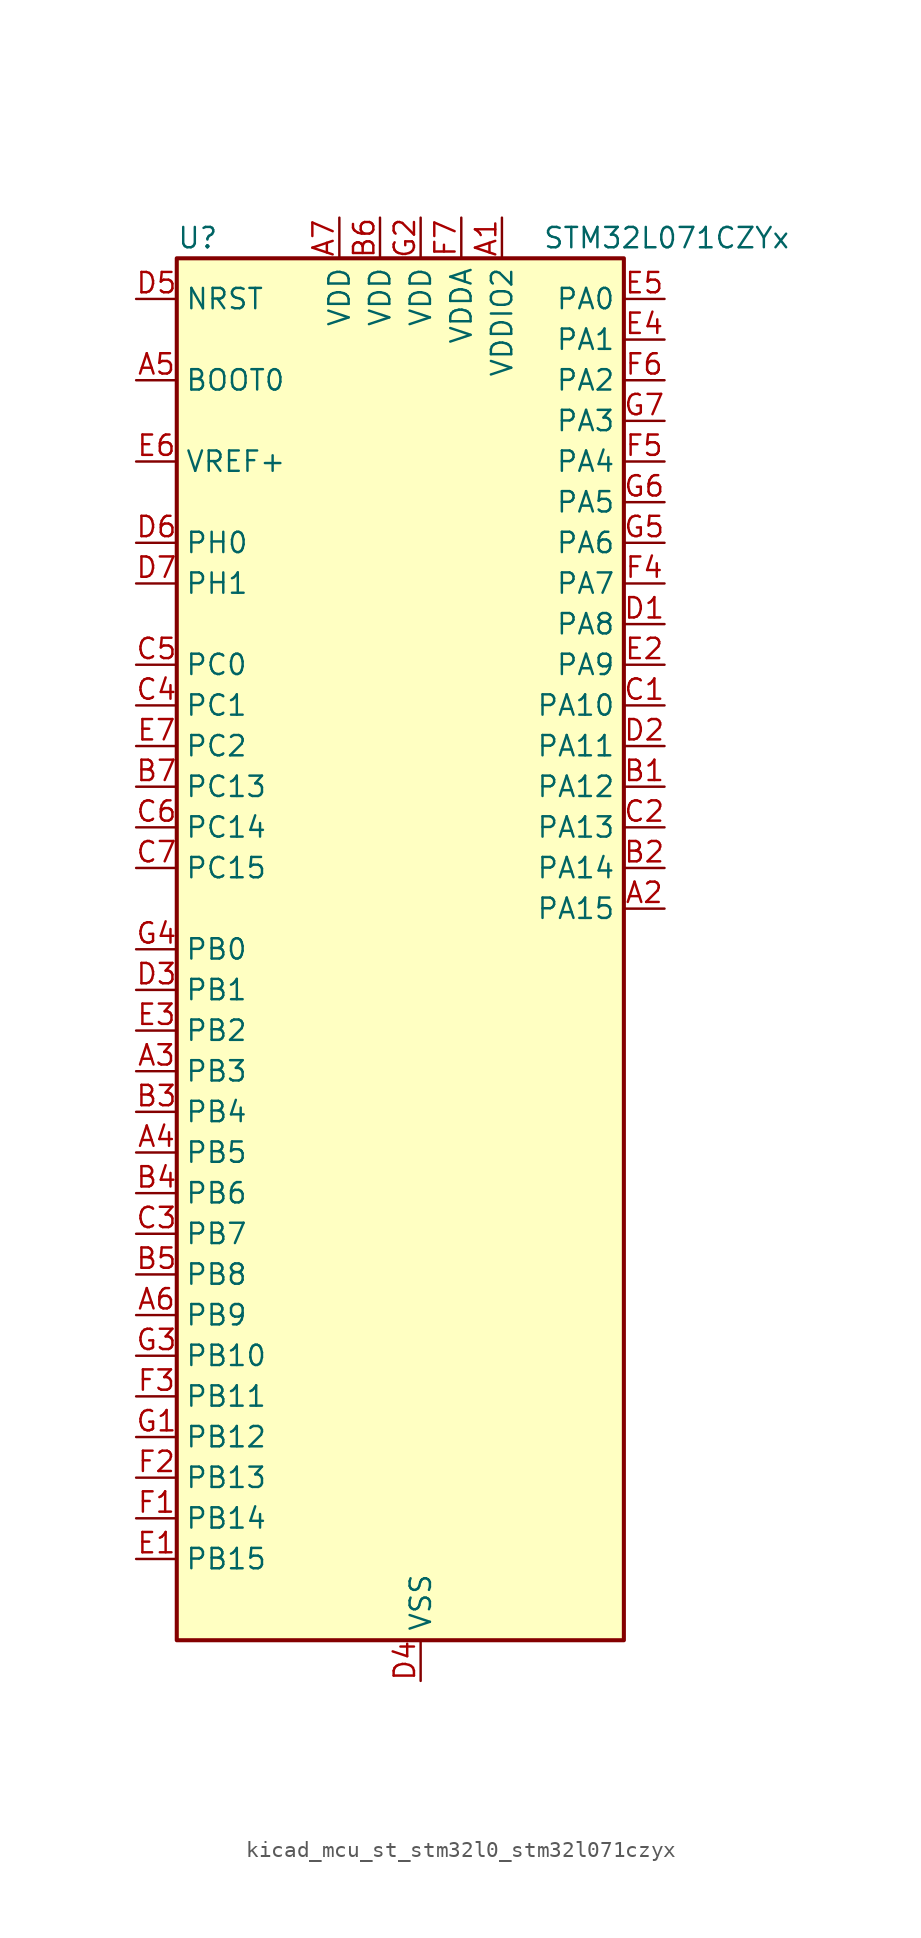
<source format=kicad_sym>
(kicad_symbol_lib
  (version 20220914)
  (generator kicad_symbol_editor)
  (symbol "kicad_mcu_st_stm32l0_stm32l071czyx"
    (property "Reference" "U"
      (at -12.7 44.45 0)
      (effects (font (size 1.27 1.27)) (justify left)))
    (property "Value" "STM32L071CZYx"
      (at 10.16 44.45 0)
      (effects (font (size 1.27 1.27)) (justify left)))
    (property "ki_locked" ""
      (at 0 0 0)
      (effects (font (size 1.27 1.27))))
    (symbol "kicad_mcu_st_stm32l0_stm32l071czyx_0_1"
      (rectangle (start -12.7 -43.18) (end 15.24 43.18) (stroke (width 0.254) (type default)) (fill (type background))))
    (symbol "kicad_mcu_st_stm32l0_stm32l071czyx_1_1"
      (pin power_in line (at 7.62 45.72 270) (length 2.54) (name "VDDIO2" (effects (font (size 1.27 1.27)))) (number "A1" (effects (font (size 1.27 1.27)))))
      (pin bidirectional line (at 17.78 2.54 180) (length 2.54) (name "PA15" (effects (font (size 1.27 1.27)))) (number "A2" (effects (font (size 1.27 1.27)))) (alternate "SPI1_NSS" bidirectional line) (alternate "TIM2_CH1" bidirectional line) (alternate "TIM2_ETR" bidirectional line) (alternate "USART2_RX" bidirectional line) (alternate "USART4_DE" bidirectional line) (alternate "USART4_RTS" bidirectional line))
      (pin bidirectional line (at -15.24 -7.62 0) (length 2.54) (name "PB3" (effects (font (size 1.27 1.27)))) (number "A3" (effects (font (size 1.27 1.27)))) (alternate "COMP2_INM" bidirectional line) (alternate "SPI1_SCK" bidirectional line) (alternate "TIM2_CH2" bidirectional line) (alternate "USART1_DE" bidirectional line) (alternate "USART1_RTS" bidirectional line) (alternate "USART5_TX" bidirectional line))
      (pin bidirectional line (at -15.24 -12.7 0) (length 2.54) (name "PB5" (effects (font (size 1.27 1.27)))) (number "A4" (effects (font (size 1.27 1.27)))) (alternate "COMP2_INP" bidirectional line) (alternate "I2C1_SMBA" bidirectional line) (alternate "LPTIM1_IN1" bidirectional line) (alternate "SPI1_MOSI" bidirectional line) (alternate "TIM22_CH2" bidirectional line) (alternate "TIM3_CH2" bidirectional line) (alternate "USART1_CK" bidirectional line) (alternate "USART5_CK" bidirectional line) (alternate "USART5_DE" bidirectional line) (alternate "USART5_RTS" bidirectional line))
      (pin input line (at -15.24 35.56 0) (length 2.54) (name "BOOT0" (effects (font (size 1.27 1.27)))) (number "A5" (effects (font (size 1.27 1.27)))))
      (pin bidirectional line (at -15.24 -22.86 0) (length 2.54) (name "PB9" (effects (font (size 1.27 1.27)))) (number "A6" (effects (font (size 1.27 1.27)))) (alternate "I2C1_SDA" bidirectional line) (alternate "I2S2_WS" bidirectional line) (alternate "SPI2_NSS" bidirectional line))
      (pin power_in line (at -2.54 45.72 270) (length 2.54) (name "VDD" (effects (font (size 1.27 1.27)))) (number "A7" (effects (font (size 1.27 1.27)))))
      (pin bidirectional line (at 17.78 10.16 180) (length 2.54) (name "PA12" (effects (font (size 1.27 1.27)))) (number "B1" (effects (font (size 1.27 1.27)))) (alternate "COMP2_OUT" bidirectional line) (alternate "SPI1_MOSI" bidirectional line) (alternate "USART1_DE" bidirectional line) (alternate "USART1_RTS" bidirectional line))
      (pin bidirectional line (at 17.78 5.08 180) (length 2.54) (name "PA14" (effects (font (size 1.27 1.27)))) (number "B2" (effects (font (size 1.27 1.27)))) (alternate "LPUART1_TX" bidirectional line) (alternate "SYS_SWCLK" bidirectional line) (alternate "USART2_TX" bidirectional line))
      (pin bidirectional line (at -15.24 -10.16 0) (length 2.54) (name "PB4" (effects (font (size 1.27 1.27)))) (number "B3" (effects (font (size 1.27 1.27)))) (alternate "COMP2_INP" bidirectional line) (alternate "I2C3_SDA" bidirectional line) (alternate "SPI1_MISO" bidirectional line) (alternate "TIM22_CH1" bidirectional line) (alternate "TIM3_CH1" bidirectional line) (alternate "USART1_CTS" bidirectional line) (alternate "USART5_RX" bidirectional line))
      (pin bidirectional line (at -15.24 -15.24 0) (length 2.54) (name "PB6" (effects (font (size 1.27 1.27)))) (number "B4" (effects (font (size 1.27 1.27)))) (alternate "COMP2_INP" bidirectional line) (alternate "I2C1_SCL" bidirectional line) (alternate "LPTIM1_ETR" bidirectional line) (alternate "USART1_TX" bidirectional line))
      (pin bidirectional line (at -15.24 -20.32 0) (length 2.54) (name "PB8" (effects (font (size 1.27 1.27)))) (number "B5" (effects (font (size 1.27 1.27)))) (alternate "I2C1_SCL" bidirectional line))
      (pin power_in line (at 0 45.72 270) (length 2.54) (name "VDD" (effects (font (size 1.27 1.27)))) (number "B6" (effects (font (size 1.27 1.27)))))
      (pin bidirectional line (at -15.24 10.16 0) (length 2.54) (name "PC13" (effects (font (size 1.27 1.27)))) (number "B7" (effects (font (size 1.27 1.27)))) (alternate "RTC_OUT_ALARM" bidirectional line) (alternate "RTC_OUT_CALIB" bidirectional line) (alternate "RTC_TAMP1" bidirectional line) (alternate "RTC_TS" bidirectional line) (alternate "SYS_WKUP2" bidirectional line))
      (pin bidirectional line (at 17.78 15.24 180) (length 2.54) (name "PA10" (effects (font (size 1.27 1.27)))) (number "C1" (effects (font (size 1.27 1.27)))) (alternate "I2C1_SDA" bidirectional line) (alternate "USART1_RX" bidirectional line))
      (pin bidirectional line (at 17.78 7.62 180) (length 2.54) (name "PA13" (effects (font (size 1.27 1.27)))) (number "C2" (effects (font (size 1.27 1.27)))) (alternate "LPUART1_RX" bidirectional line) (alternate "SYS_SWDIO" bidirectional line))
      (pin bidirectional line (at -15.24 -17.78 0) (length 2.54) (name "PB7" (effects (font (size 1.27 1.27)))) (number "C3" (effects (font (size 1.27 1.27)))) (alternate "COMP2_INP" bidirectional line) (alternate "I2C1_SDA" bidirectional line) (alternate "LPTIM1_IN2" bidirectional line) (alternate "SYS_PVD_IN" bidirectional line) (alternate "USART1_RX" bidirectional line) (alternate "USART4_CTS" bidirectional line))
      (pin bidirectional line (at -15.24 15.24 0) (length 2.54) (name "PC1" (effects (font (size 1.27 1.27)))) (number "C4" (effects (font (size 1.27 1.27)))) (alternate "ADC_IN11" bidirectional line) (alternate "I2C3_SDA" bidirectional line) (alternate "LPTIM1_OUT" bidirectional line) (alternate "LPUART1_TX" bidirectional line))
      (pin bidirectional line (at -15.24 17.78 0) (length 2.54) (name "PC0" (effects (font (size 1.27 1.27)))) (number "C5" (effects (font (size 1.27 1.27)))) (alternate "ADC_IN10" bidirectional line) (alternate "I2C3_SCL" bidirectional line) (alternate "LPTIM1_IN1" bidirectional line) (alternate "LPUART1_RX" bidirectional line))
      (pin bidirectional line (at -15.24 7.62 0) (length 2.54) (name "PC14" (effects (font (size 1.27 1.27)))) (number "C6" (effects (font (size 1.27 1.27)))) (alternate "RCC_OSC32_IN" bidirectional line))
      (pin bidirectional line (at -15.24 5.08 0) (length 2.54) (name "PC15" (effects (font (size 1.27 1.27)))) (number "C7" (effects (font (size 1.27 1.27)))) (alternate "RCC_OSC32_OUT" bidirectional line))
      (pin bidirectional line (at 17.78 20.32 180) (length 2.54) (name "PA8" (effects (font (size 1.27 1.27)))) (number "D1" (effects (font (size 1.27 1.27)))) (alternate "I2C3_SCL" bidirectional line) (alternate "RCC_MCO" bidirectional line) (alternate "USART1_CK" bidirectional line))
      (pin bidirectional line (at 17.78 12.7 180) (length 2.54) (name "PA11" (effects (font (size 1.27 1.27)))) (number "D2" (effects (font (size 1.27 1.27)))) (alternate "ADC_EXTI11" bidirectional line) (alternate "COMP1_OUT" bidirectional line) (alternate "SPI1_MISO" bidirectional line) (alternate "USART1_CTS" bidirectional line))
      (pin bidirectional line (at -15.24 -2.54 0) (length 2.54) (name "PB1" (effects (font (size 1.27 1.27)))) (number "D3" (effects (font (size 1.27 1.27)))) (alternate "ADC_IN9" bidirectional line) (alternate "LPUART1_DE" bidirectional line) (alternate "LPUART1_RTS" bidirectional line) (alternate "SYS_VREF_OUT_PB1" bidirectional line) (alternate "TIM3_CH4" bidirectional line))
      (pin power_in line (at 2.54 -45.72 90) (length 2.54) (name "VSS" (effects (font (size 1.27 1.27)))) (number "D4" (effects (font (size 1.27 1.27)))))
      (pin input line (at -15.24 40.64 0) (length 2.54) (name "NRST" (effects (font (size 1.27 1.27)))) (number "D5" (effects (font (size 1.27 1.27)))))
      (pin bidirectional line (at -15.24 25.4 0) (length 2.54) (name "PH0" (effects (font (size 1.27 1.27)))) (number "D6" (effects (font (size 1.27 1.27)))) (alternate "RCC_OSC_IN" bidirectional line))
      (pin bidirectional line (at -15.24 22.86 0) (length 2.54) (name "PH1" (effects (font (size 1.27 1.27)))) (number "D7" (effects (font (size 1.27 1.27)))) (alternate "RCC_OSC_OUT" bidirectional line))
      (pin bidirectional line (at -15.24 -38.1 0) (length 2.54) (name "PB15" (effects (font (size 1.27 1.27)))) (number "E1" (effects (font (size 1.27 1.27)))) (alternate "I2S2_SD" bidirectional line) (alternate "RTC_REFIN" bidirectional line) (alternate "SPI2_MOSI" bidirectional line))
      (pin bidirectional line (at 17.78 17.78 180) (length 2.54) (name "PA9" (effects (font (size 1.27 1.27)))) (number "E2" (effects (font (size 1.27 1.27)))) (alternate "I2C1_SCL" bidirectional line) (alternate "I2C3_SMBA" bidirectional line) (alternate "RCC_MCO" bidirectional line) (alternate "USART1_TX" bidirectional line))
      (pin bidirectional line (at -15.24 -5.08 0) (length 2.54) (name "PB2" (effects (font (size 1.27 1.27)))) (number "E3" (effects (font (size 1.27 1.27)))) (alternate "I2C3_SMBA" bidirectional line) (alternate "LPTIM1_OUT" bidirectional line))
      (pin bidirectional line (at 17.78 38.1 180) (length 2.54) (name "PA1" (effects (font (size 1.27 1.27)))) (number "E4" (effects (font (size 1.27 1.27)))) (alternate "ADC_IN1" bidirectional line) (alternate "COMP1_INP" bidirectional line) (alternate "TIM21_ETR" bidirectional line) (alternate "TIM2_CH2" bidirectional line) (alternate "USART2_DE" bidirectional line) (alternate "USART2_RTS" bidirectional line) (alternate "USART4_RX" bidirectional line))
      (pin bidirectional line (at 17.78 40.64 180) (length 2.54) (name "PA0" (effects (font (size 1.27 1.27)))) (number "E5" (effects (font (size 1.27 1.27)))) (alternate "ADC_IN0" bidirectional line) (alternate "COMP1_INM" bidirectional line) (alternate "COMP1_OUT" bidirectional line) (alternate "RTC_TAMP2" bidirectional line) (alternate "SYS_WKUP1" bidirectional line) (alternate "TIM2_CH1" bidirectional line) (alternate "TIM2_ETR" bidirectional line) (alternate "USART2_CTS" bidirectional line) (alternate "USART4_TX" bidirectional line))
      (pin input line (at -15.24 30.48 0) (length 2.54) (name "VREF+" (effects (font (size 1.27 1.27)))) (number "E6" (effects (font (size 1.27 1.27)))))
      (pin bidirectional line (at -15.24 12.7 0) (length 2.54) (name "PC2" (effects (font (size 1.27 1.27)))) (number "E7" (effects (font (size 1.27 1.27)))) (alternate "ADC_IN12" bidirectional line) (alternate "I2S2_MCK" bidirectional line) (alternate "LPTIM1_IN2" bidirectional line) (alternate "SPI2_MISO" bidirectional line))
      (pin bidirectional line (at -15.24 -35.56 0) (length 2.54) (name "PB14" (effects (font (size 1.27 1.27)))) (number "F1" (effects (font (size 1.27 1.27)))) (alternate "I2C2_SDA" bidirectional line) (alternate "I2S2_MCK" bidirectional line) (alternate "LPUART1_DE" bidirectional line) (alternate "LPUART1_RTS" bidirectional line) (alternate "RTC_OUT_ALARM" bidirectional line) (alternate "RTC_OUT_CALIB" bidirectional line) (alternate "SPI2_MISO" bidirectional line) (alternate "TIM21_CH2" bidirectional line))
      (pin bidirectional line (at -15.24 -33.02 0) (length 2.54) (name "PB13" (effects (font (size 1.27 1.27)))) (number "F2" (effects (font (size 1.27 1.27)))) (alternate "I2C2_SCL" bidirectional line) (alternate "I2S2_CK" bidirectional line) (alternate "LPUART1_CTS" bidirectional line) (alternate "RCC_MCO" bidirectional line) (alternate "SPI2_SCK" bidirectional line) (alternate "TIM21_CH1" bidirectional line))
      (pin bidirectional line (at -15.24 -27.94 0) (length 2.54) (name "PB11" (effects (font (size 1.27 1.27)))) (number "F3" (effects (font (size 1.27 1.27)))) (alternate "ADC_EXTI11" bidirectional line) (alternate "I2C2_SDA" bidirectional line) (alternate "LPUART1_RX" bidirectional line) (alternate "LPUART1_TX" bidirectional line) (alternate "TIM2_CH4" bidirectional line))
      (pin bidirectional line (at 17.78 22.86 180) (length 2.54) (name "PA7" (effects (font (size 1.27 1.27)))) (number "F4" (effects (font (size 1.27 1.27)))) (alternate "ADC_IN7" bidirectional line) (alternate "COMP2_OUT" bidirectional line) (alternate "SPI1_MOSI" bidirectional line) (alternate "TIM22_CH2" bidirectional line) (alternate "TIM3_CH2" bidirectional line))
      (pin bidirectional line (at 17.78 30.48 180) (length 2.54) (name "PA4" (effects (font (size 1.27 1.27)))) (number "F5" (effects (font (size 1.27 1.27)))) (alternate "ADC_IN4" bidirectional line) (alternate "COMP1_INM" bidirectional line) (alternate "COMP2_INM" bidirectional line) (alternate "SPI1_NSS" bidirectional line) (alternate "TIM22_ETR" bidirectional line) (alternate "USART2_CK" bidirectional line))
      (pin bidirectional line (at 17.78 35.56 180) (length 2.54) (name "PA2" (effects (font (size 1.27 1.27)))) (number "F6" (effects (font (size 1.27 1.27)))) (alternate "ADC_IN2" bidirectional line) (alternate "COMP2_INM" bidirectional line) (alternate "COMP2_OUT" bidirectional line) (alternate "LPUART1_TX" bidirectional line) (alternate "TIM21_CH1" bidirectional line) (alternate "TIM2_CH3" bidirectional line) (alternate "USART2_TX" bidirectional line))
      (pin power_in line (at 5.08 45.72 270) (length 2.54) (name "VDDA" (effects (font (size 1.27 1.27)))) (number "F7" (effects (font (size 1.27 1.27)))))
      (pin bidirectional line (at -15.24 -30.48 0) (length 2.54) (name "PB12" (effects (font (size 1.27 1.27)))) (number "G1" (effects (font (size 1.27 1.27)))) (alternate "I2S2_WS" bidirectional line) (alternate "LPUART1_DE" bidirectional line) (alternate "LPUART1_RTS" bidirectional line) (alternate "SPI2_NSS" bidirectional line))
      (pin power_in line (at 2.54 45.72 270) (length 2.54) (name "VDD" (effects (font (size 1.27 1.27)))) (number "G2" (effects (font (size 1.27 1.27)))))
      (pin bidirectional line (at -15.24 -25.4 0) (length 2.54) (name "PB10" (effects (font (size 1.27 1.27)))) (number "G3" (effects (font (size 1.27 1.27)))) (alternate "I2C2_SCL" bidirectional line) (alternate "LPUART1_RX" bidirectional line) (alternate "LPUART1_TX" bidirectional line) (alternate "SPI2_SCK" bidirectional line) (alternate "TIM2_CH3" bidirectional line))
      (pin bidirectional line (at -15.24 0 0) (length 2.54) (name "PB0" (effects (font (size 1.27 1.27)))) (number "G4" (effects (font (size 1.27 1.27)))) (alternate "ADC_IN8" bidirectional line) (alternate "SYS_VREF_OUT_PB0" bidirectional line) (alternate "TIM3_CH3" bidirectional line))
      (pin bidirectional line (at 17.78 25.4 180) (length 2.54) (name "PA6" (effects (font (size 1.27 1.27)))) (number "G5" (effects (font (size 1.27 1.27)))) (alternate "ADC_IN6" bidirectional line) (alternate "COMP1_OUT" bidirectional line) (alternate "LPUART1_CTS" bidirectional line) (alternate "SPI1_MISO" bidirectional line) (alternate "TIM22_CH1" bidirectional line) (alternate "TIM3_CH1" bidirectional line))
      (pin bidirectional line (at 17.78 27.94 180) (length 2.54) (name "PA5" (effects (font (size 1.27 1.27)))) (number "G6" (effects (font (size 1.27 1.27)))) (alternate "ADC_IN5" bidirectional line) (alternate "COMP1_INM" bidirectional line) (alternate "COMP2_INM" bidirectional line) (alternate "SPI1_SCK" bidirectional line) (alternate "TIM2_CH1" bidirectional line) (alternate "TIM2_ETR" bidirectional line))
      (pin bidirectional line (at 17.78 33.02 180) (length 2.54) (name "PA3" (effects (font (size 1.27 1.27)))) (number "G7" (effects (font (size 1.27 1.27)))) (alternate "ADC_IN3" bidirectional line) (alternate "COMP2_INP" bidirectional line) (alternate "LPUART1_RX" bidirectional line) (alternate "TIM21_CH2" bidirectional line) (alternate "TIM2_CH4" bidirectional line) (alternate "USART2_RX" bidirectional line)))))
</source>
